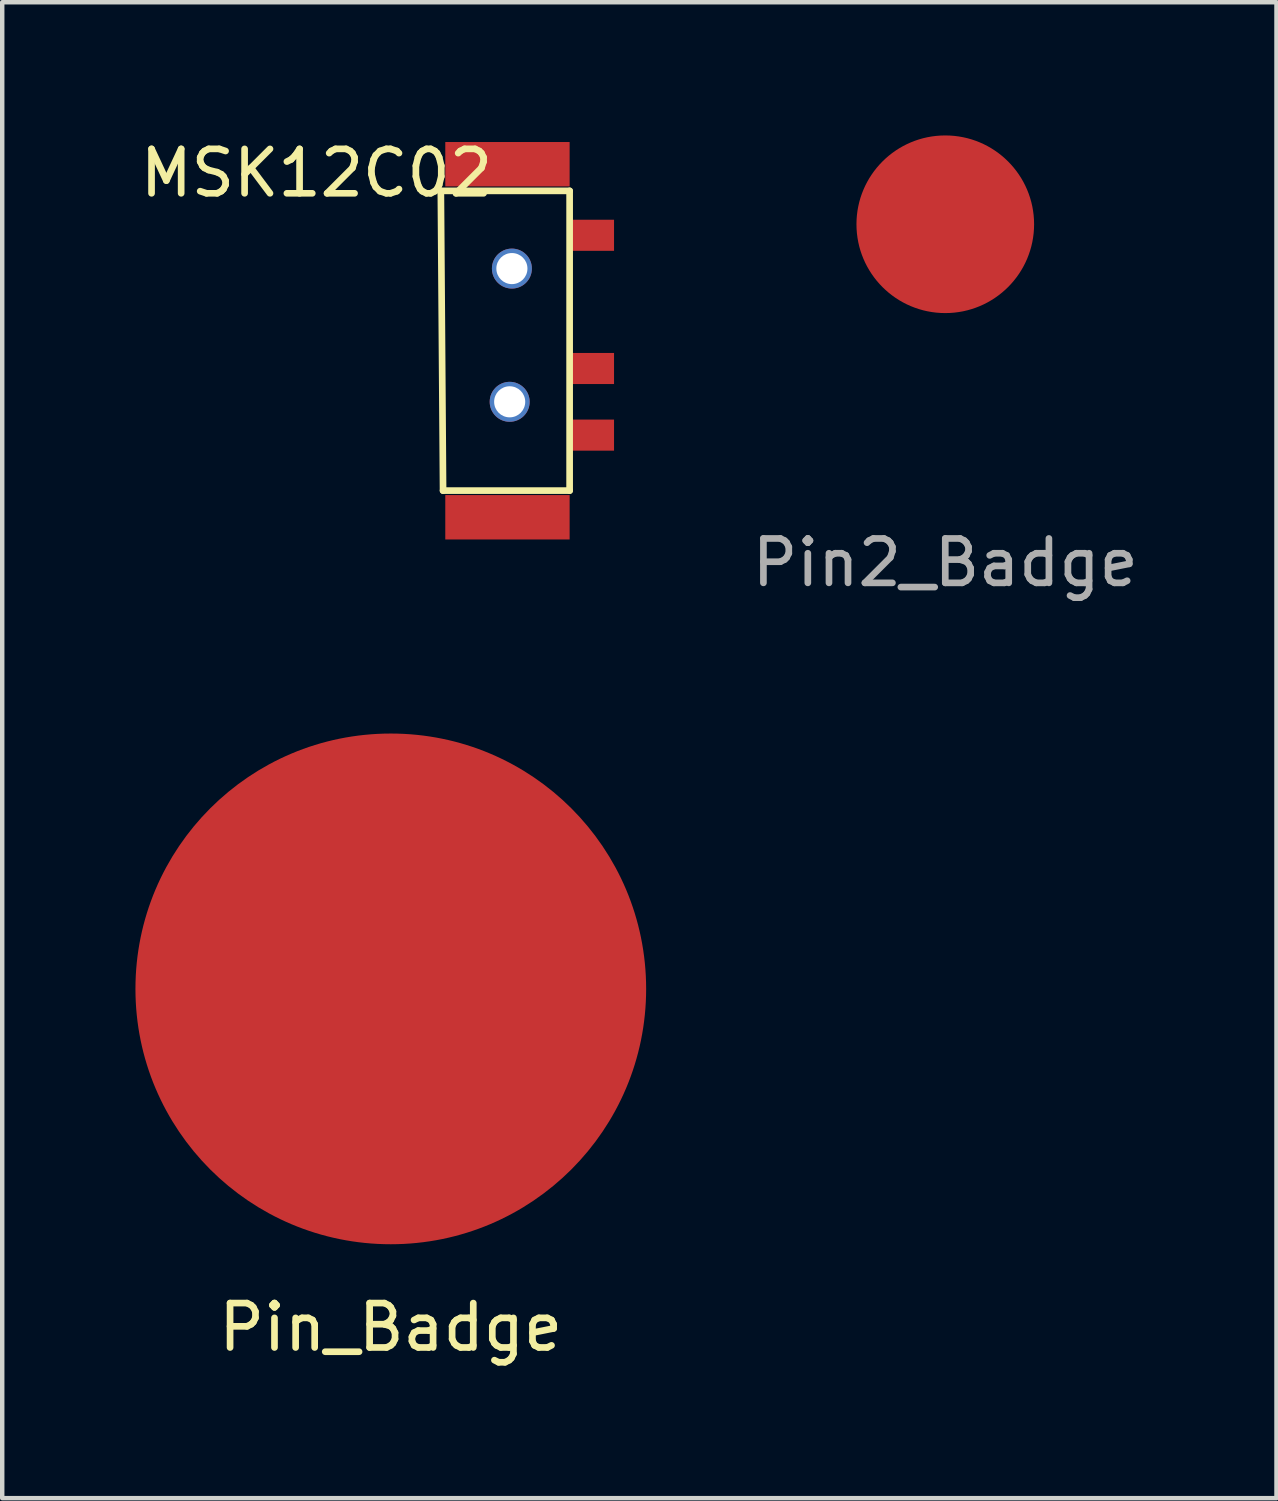
<source format=kicad_pcb>
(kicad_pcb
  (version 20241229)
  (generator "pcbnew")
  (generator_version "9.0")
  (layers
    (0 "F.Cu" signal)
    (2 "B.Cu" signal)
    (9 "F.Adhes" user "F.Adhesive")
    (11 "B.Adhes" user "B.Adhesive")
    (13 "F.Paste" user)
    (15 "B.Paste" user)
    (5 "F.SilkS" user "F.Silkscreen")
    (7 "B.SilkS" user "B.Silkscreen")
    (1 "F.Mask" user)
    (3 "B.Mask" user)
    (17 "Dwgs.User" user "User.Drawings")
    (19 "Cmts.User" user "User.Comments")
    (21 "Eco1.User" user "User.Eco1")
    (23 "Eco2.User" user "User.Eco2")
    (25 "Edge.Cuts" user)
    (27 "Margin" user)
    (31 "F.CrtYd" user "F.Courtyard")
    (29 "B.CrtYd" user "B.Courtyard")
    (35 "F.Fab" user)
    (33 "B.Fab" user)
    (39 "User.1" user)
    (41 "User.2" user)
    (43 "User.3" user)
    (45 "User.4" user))
  (footprint "MSK12C02"
    (layer "F.Cu")
    (at 7.077 0.748)
    (property "Reference" "MSK12C02" (at -3 0.1 0) (layer "F.SilkS") (effects (font (size 1 1) (thickness 0.15))))
    (attr through_hole)
    (fp_line (start -0.2 0.5) (end 2.7 0.5) (stroke (width 0.15) (type solid)) (layer "F.SilkS"))
    (fp_line (start -0.15 7.25) (end -0.2 0.5) (stroke (width 0.15) (type solid)) (layer "F.SilkS"))
    (fp_line (start 2.7 0.5) (end 2.7 7.25) (stroke (width 0.15) (type solid)) (layer "F.SilkS"))
    (fp_line (start 2.7 7.25) (end -0.15 7.25) (stroke (width 0.15) (type solid)) (layer "F.SilkS"))
    (pad "" np_thru_hole circle (at 1.35 5.25) (size 0.9 0.9) (drill 0.7) (layers "*.Cu" "*.Mask"))
    (pad "" np_thru_hole circle (at 1.4 2.25) (size 0.9 0.9) (drill 0.7) (layers "*.Cu" "*.Mask"))
    (pad "1" smd rect (at 3.2 1.5 90) (size 0.7 1) (layers "F.Cu" "F.Mask" "F.Paste"))
    (pad "2" smd rect (at 3.2 4.5 90) (size 0.7 1) (layers "F.Cu" "F.Mask" "F.Paste"))
    (pad "3" smd rect (at 3.2 6 90) (size 0.7 1) (layers "F.Cu" "F.Mask" "F.Paste"))
    (pad "NC" smd rect (at 1.3 -0.1) (size 2.8 1) (layers "F.Cu" "F.Mask" "F.Paste"))
    (pad "NC" smd rect (at 1.3 7.85) (size 2.8 1) (layers "F.Cu" "F.Mask" "F.Paste")))
  (footprint "Pin_Badge"
    (layer "F.Cu")
    (at 5.75 19.218)
    (property "Reference" "Pin_Badge" (at 0 7.62 0) (layer "F.SilkS") (effects (font (size 1 1) (thickness 0.15))))
    (attr through_hole)
    (pad "1" smd circle (at 0 0) (size 11.5 11.5) (layers "F.Cu" "F.Mask" "F.Paste")))
  (footprint "Pin2_Badge"
    (layer "F.Cu")
    (at 18.236 2)
    (property "Reference" "Pin2_Badge" (at 0 7.62 0) (layer "F.Fab") (effects (font (size 1 1) (thickness 0.15))))
    (attr through_hole)
    (pad "1" smd circle (at 0 0) (size 4 4) (layers "F.Cu" "F.Mask" "F.Paste")))
  (gr_rect
    (start -3 -3)
    (end 25.694 30.686)
    (stroke (width 0.1) (type default))
    (fill no)
    (layer "Edge.Cuts")))
</source>
